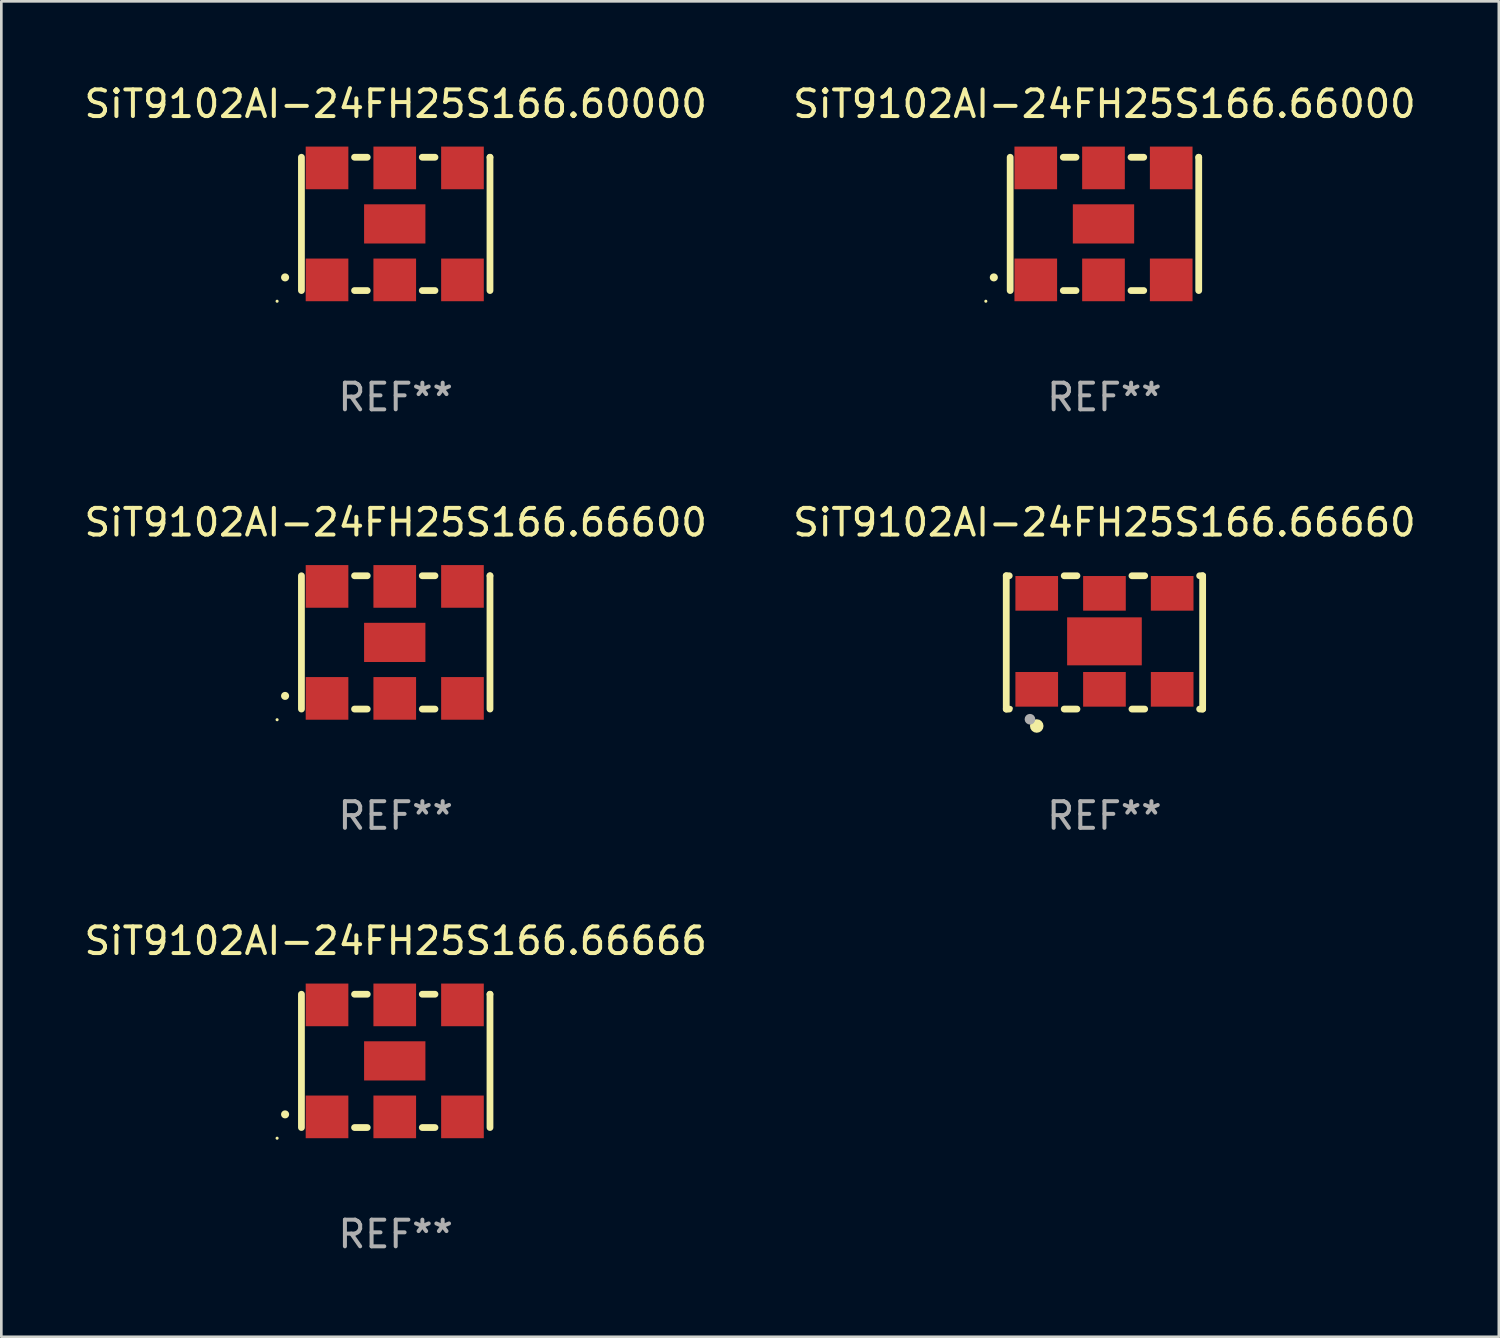
<source format=kicad_pcb>
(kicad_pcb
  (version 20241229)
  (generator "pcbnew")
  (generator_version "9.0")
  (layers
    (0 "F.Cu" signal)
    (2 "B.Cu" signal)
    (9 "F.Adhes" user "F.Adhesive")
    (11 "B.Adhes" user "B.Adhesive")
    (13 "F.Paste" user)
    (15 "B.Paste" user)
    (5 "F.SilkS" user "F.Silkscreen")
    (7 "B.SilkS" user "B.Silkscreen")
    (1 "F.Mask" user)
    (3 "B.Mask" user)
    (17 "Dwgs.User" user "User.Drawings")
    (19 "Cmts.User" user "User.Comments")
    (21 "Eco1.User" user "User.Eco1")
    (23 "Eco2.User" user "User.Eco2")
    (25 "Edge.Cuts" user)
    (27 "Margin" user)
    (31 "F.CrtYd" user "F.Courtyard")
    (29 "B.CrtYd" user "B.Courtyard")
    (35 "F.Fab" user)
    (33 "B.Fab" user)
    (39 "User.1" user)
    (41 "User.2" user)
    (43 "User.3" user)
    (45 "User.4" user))
  (footprint "SiT9102AI-24FH25S166.66000"
    (layer "F.Cu")
    (at 38.375 5.348)
    (property "Reference" "SiT9102AI-24FH25S166.66000" (at 0 -4.5 0) (layer "F.SilkS") (effects (font (size 1 1) (thickness 0.15))))
    (attr through_hole)
    (fp_line (start -3.536 -2.5) (end -3.536 2.5) (stroke (width 0.254) (type solid)) (layer "F.SilkS"))
    (fp_line (start -1.544 2.5) (end -1.067 2.5) (stroke (width 0.254) (type solid)) (layer "F.SilkS"))
    (fp_line (start -1.067 -2.5) (end -1.544 -2.5) (stroke (width 0.254) (type solid)) (layer "F.SilkS"))
    (fp_line (start 0.996 2.5) (end 1.473 2.5) (stroke (width 0.254) (type solid)) (layer "F.SilkS"))
    (fp_line (start 1.473 -2.5) (end 0.996 -2.5) (stroke (width 0.254) (type solid)) (layer "F.SilkS"))
    (fp_line (start 3.536 -2.5) (end 3.536 -2.5) (stroke (width 0.254) (type solid)) (layer "F.SilkS"))
    (fp_line (start 3.536 2.5) (end 3.536 -2.5) (stroke (width 0.254) (type solid)) (layer "F.SilkS"))
    (fp_arc (start -4.150432 2.006604) (mid -4.149162 2.006599) (end -4.147892 2.006604) (stroke (width 0.3) (type solid)) (layer "F.SilkS"))
    (fp_circle (center -4.449 2.9) (end -4.419 2.9) (stroke (width 0.06) (type solid)) (fill no) (layer "F.SilkS"))
    (fp_text user "REF**" (at 0 6.5 0) (layer "F.Fab") (effects (font (size 1 1) (thickness 0.15))))
    (pad "1" smd rect (at -2.576 2.1) (size 1.6 1.6) (layers "F.Cu" "F.Mask" "F.Paste"))
    (pad "2" smd rect (at -0.036 2.1) (size 1.6 1.6) (layers "F.Cu" "F.Mask" "F.Paste"))
    (pad "3" smd rect (at 2.504 2.1) (size 1.6 1.6) (layers "F.Cu" "F.Mask" "F.Paste"))
    (pad "4" smd rect (at 2.504 -2.1) (size 1.6 1.6) (layers "F.Cu" "F.Mask" "F.Paste"))
    (pad "5" smd rect (at -0.036 -2.1) (size 1.6 1.6) (layers "F.Cu" "F.Mask" "F.Paste"))
    (pad "6" smd rect (at -2.576 -2.1) (size 1.6 1.6) (layers "F.Cu" "F.Mask" "F.Paste"))
    (pad "7" smd rect (at -0.036 0) (size 2.3 1.47) (layers "F.Cu" "F.Mask" "F.Paste")))
  (footprint "SiT9102AI-24FH25S166.66666"
    (layer "F.Cu")
    (at 11.792 36.741)
    (property "Reference" "SiT9102AI-24FH25S166.66666" (at 0 -4.5 0) (layer "F.SilkS") (effects (font (size 1 1) (thickness 0.15))))
    (attr through_hole)
    (fp_line (start -3.536 -2.5) (end -3.536 2.5) (stroke (width 0.254) (type solid)) (layer "F.SilkS"))
    (fp_line (start -1.544 2.5) (end -1.067 2.5) (stroke (width 0.254) (type solid)) (layer "F.SilkS"))
    (fp_line (start -1.067 -2.5) (end -1.544 -2.5) (stroke (width 0.254) (type solid)) (layer "F.SilkS"))
    (fp_line (start 0.996 2.5) (end 1.473 2.5) (stroke (width 0.254) (type solid)) (layer "F.SilkS"))
    (fp_line (start 1.473 -2.5) (end 0.996 -2.5) (stroke (width 0.254) (type solid)) (layer "F.SilkS"))
    (fp_line (start 3.536 -2.5) (end 3.536 -2.5) (stroke (width 0.254) (type solid)) (layer "F.SilkS"))
    (fp_line (start 3.536 2.5) (end 3.536 -2.5) (stroke (width 0.254) (type solid)) (layer "F.SilkS"))
    (fp_arc (start -4.150432 2.006604) (mid -4.149162 2.006599) (end -4.147892 2.006604) (stroke (width 0.3) (type solid)) (layer "F.SilkS"))
    (fp_circle (center -4.449 2.9) (end -4.419 2.9) (stroke (width 0.06) (type solid)) (fill no) (layer "F.SilkS"))
    (fp_text user "REF**" (at 0 6.5 0) (layer "F.Fab") (effects (font (size 1 1) (thickness 0.15))))
    (pad "1" smd rect (at -2.576 2.1) (size 1.6 1.6) (layers "F.Cu" "F.Mask" "F.Paste"))
    (pad "2" smd rect (at -0.036 2.1) (size 1.6 1.6) (layers "F.Cu" "F.Mask" "F.Paste"))
    (pad "3" smd rect (at 2.504 2.1) (size 1.6 1.6) (layers "F.Cu" "F.Mask" "F.Paste"))
    (pad "4" smd rect (at 2.504 -2.1) (size 1.6 1.6) (layers "F.Cu" "F.Mask" "F.Paste"))
    (pad "5" smd rect (at -0.036 -2.1) (size 1.6 1.6) (layers "F.Cu" "F.Mask" "F.Paste"))
    (pad "6" smd rect (at -2.576 -2.1) (size 1.6 1.6) (layers "F.Cu" "F.Mask" "F.Paste"))
    (pad "7" smd rect (at -0.036 0) (size 2.3 1.47) (layers "F.Cu" "F.Mask" "F.Paste")))
  (footprint "SiT9102AI-24FH25S166.66660"
    (layer "F.Cu")
    (at 38.375 21.045)
    (property "Reference" "SiT9102AI-24FH25S166.66660" (at 0 -4.5 0) (layer "F.SilkS") (effects (font (size 1 1) (thickness 0.15))))
    (attr through_hole)
    (fp_line (start -3.683 -2.5) (end -3.571 -2.5) (stroke (width 0.254) (type solid)) (layer "F.SilkS"))
    (fp_line (start -3.683 2.5) (end -3.683 -2.5) (stroke (width 0.254) (type solid)) (layer "F.SilkS"))
    (fp_line (start -3.683 2.5) (end -3.571 2.5) (stroke (width 0.254) (type solid)) (layer "F.SilkS"))
    (fp_line (start -1.509 -2.5) (end -1.031 -2.5) (stroke (width 0.254) (type solid)) (layer "F.SilkS"))
    (fp_line (start -1.509 2.5) (end -1.031 2.5) (stroke (width 0.254) (type solid)) (layer "F.SilkS"))
    (fp_line (start 1.031 -2.5) (end 1.509 -2.5) (stroke (width 0.254) (type solid)) (layer "F.SilkS"))
    (fp_line (start 1.031 2.5) (end 1.509 2.5) (stroke (width 0.254) (type solid)) (layer "F.SilkS"))
    (fp_line (start 3.571 -2.5) (end 3.683 -2.5) (stroke (width 0.254) (type solid)) (layer "F.SilkS"))
    (fp_line (start 3.571 2.5) (end 3.683 2.5) (stroke (width 0.254) (type solid)) (layer "F.SilkS"))
    (fp_line (start 3.683 2.5) (end 3.683 -2.5) (stroke (width 0.254) (type solid)) (layer "F.SilkS"))
    (fp_circle (center -3.5 2.46) (end -3.47 2.46) (stroke (width 0.06) (type solid)) (fill no) (layer "F.SilkS"))
    (fp_circle (center -2.54 3.135) (end -2.413 3.135) (stroke (width 0.254) (type solid)) (fill no) (layer "F.SilkS"))
    (fp_circle (center -2.794 2.881) (end -2.694 2.881) (stroke (width 0.2) (type solid)) (fill no) (layer "F.Fab"))
    (fp_text user "REF**" (at 0 6.5 0) (layer "F.Fab") (effects (font (size 1 1) (thickness 0.15))))
    (pad "1" smd rect (at -2.54 1.76) (size 1.6 1.3) (layers "F.Cu" "F.Mask" "F.Paste"))
    (pad "2" smd rect (at 0 1.76) (size 1.6 1.3) (layers "F.Cu" "F.Mask" "F.Paste"))
    (pad "3" smd rect (at 2.54 1.76) (size 1.6 1.3) (layers "F.Cu" "F.Mask" "F.Paste"))
    (pad "4" smd rect (at 2.54 -1.84) (size 1.6 1.3) (layers "F.Cu" "F.Mask" "F.Paste"))
    (pad "5" smd rect (at 0 -1.84) (size 1.6 1.3) (layers "F.Cu" "F.Mask" "F.Paste"))
    (pad "6" smd rect (at -2.54 -1.84) (size 1.6 1.3) (layers "F.Cu" "F.Mask" "F.Paste"))
    (pad "7" smd rect (at 0 -0.04) (size 2.8 1.8) (layers "F.Cu" "F.Mask" "F.Paste")))
  (footprint "SiT9102AI-24FH25S166.66600"
    (layer "F.Cu")
    (at 11.792 21.045)
    (property "Reference" "SiT9102AI-24FH25S166.66600" (at 0 -4.5 0) (layer "F.SilkS") (effects (font (size 1 1) (thickness 0.15))))
    (attr through_hole)
    (fp_line (start -3.536 -2.5) (end -3.536 2.5) (stroke (width 0.254) (type solid)) (layer "F.SilkS"))
    (fp_line (start -1.544 2.5) (end -1.067 2.5) (stroke (width 0.254) (type solid)) (layer "F.SilkS"))
    (fp_line (start -1.067 -2.5) (end -1.544 -2.5) (stroke (width 0.254) (type solid)) (layer "F.SilkS"))
    (fp_line (start 0.996 2.5) (end 1.473 2.5) (stroke (width 0.254) (type solid)) (layer "F.SilkS"))
    (fp_line (start 1.473 -2.5) (end 0.996 -2.5) (stroke (width 0.254) (type solid)) (layer "F.SilkS"))
    (fp_line (start 3.536 -2.5) (end 3.536 -2.5) (stroke (width 0.254) (type solid)) (layer "F.SilkS"))
    (fp_line (start 3.536 2.5) (end 3.536 -2.5) (stroke (width 0.254) (type solid)) (layer "F.SilkS"))
    (fp_arc (start -4.150432 2.006604) (mid -4.149162 2.006599) (end -4.147892 2.006604) (stroke (width 0.3) (type solid)) (layer "F.SilkS"))
    (fp_circle (center -4.449 2.9) (end -4.419 2.9) (stroke (width 0.06) (type solid)) (fill no) (layer "F.SilkS"))
    (fp_text user "REF**" (at 0 6.5 0) (layer "F.Fab") (effects (font (size 1 1) (thickness 0.15))))
    (pad "1" smd rect (at -2.576 2.1) (size 1.6 1.6) (layers "F.Cu" "F.Mask" "F.Paste"))
    (pad "2" smd rect (at -0.036 2.1) (size 1.6 1.6) (layers "F.Cu" "F.Mask" "F.Paste"))
    (pad "3" smd rect (at 2.504 2.1) (size 1.6 1.6) (layers "F.Cu" "F.Mask" "F.Paste"))
    (pad "4" smd rect (at 2.504 -2.1) (size 1.6 1.6) (layers "F.Cu" "F.Mask" "F.Paste"))
    (pad "5" smd rect (at -0.036 -2.1) (size 1.6 1.6) (layers "F.Cu" "F.Mask" "F.Paste"))
    (pad "6" smd rect (at -2.576 -2.1) (size 1.6 1.6) (layers "F.Cu" "F.Mask" "F.Paste"))
    (pad "7" smd rect (at -0.036 0) (size 2.3 1.47) (layers "F.Cu" "F.Mask" "F.Paste")))
  (footprint "SiT9102AI-24FH25S166.60000"
    (layer "F.Cu")
    (at 11.792 5.348)
    (property "Reference" "SiT9102AI-24FH25S166.60000" (at 0 -4.5 0) (layer "F.SilkS") (effects (font (size 1 1) (thickness 0.15))))
    (attr through_hole)
    (fp_line (start -3.536 -2.5) (end -3.536 2.5) (stroke (width 0.254) (type solid)) (layer "F.SilkS"))
    (fp_line (start -1.544 2.5) (end -1.067 2.5) (stroke (width 0.254) (type solid)) (layer "F.SilkS"))
    (fp_line (start -1.067 -2.5) (end -1.544 -2.5) (stroke (width 0.254) (type solid)) (layer "F.SilkS"))
    (fp_line (start 0.996 2.5) (end 1.473 2.5) (stroke (width 0.254) (type solid)) (layer "F.SilkS"))
    (fp_line (start 1.473 -2.5) (end 0.996 -2.5) (stroke (width 0.254) (type solid)) (layer "F.SilkS"))
    (fp_line (start 3.536 -2.5) (end 3.536 -2.5) (stroke (width 0.254) (type solid)) (layer "F.SilkS"))
    (fp_line (start 3.536 2.5) (end 3.536 -2.5) (stroke (width 0.254) (type solid)) (layer "F.SilkS"))
    (fp_arc (start -4.150432 2.006604) (mid -4.149162 2.006599) (end -4.147892 2.006604) (stroke (width 0.3) (type solid)) (layer "F.SilkS"))
    (fp_circle (center -4.449 2.9) (end -4.419 2.9) (stroke (width 0.06) (type solid)) (fill no) (layer "F.SilkS"))
    (fp_text user "REF**" (at 0 6.5 0) (layer "F.Fab") (effects (font (size 1 1) (thickness 0.15))))
    (pad "1" smd rect (at -2.576 2.1) (size 1.6 1.6) (layers "F.Cu" "F.Mask" "F.Paste"))
    (pad "2" smd rect (at -0.036 2.1) (size 1.6 1.6) (layers "F.Cu" "F.Mask" "F.Paste"))
    (pad "3" smd rect (at 2.504 2.1) (size 1.6 1.6) (layers "F.Cu" "F.Mask" "F.Paste"))
    (pad "4" smd rect (at 2.504 -2.1) (size 1.6 1.6) (layers "F.Cu" "F.Mask" "F.Paste"))
    (pad "5" smd rect (at -0.036 -2.1) (size 1.6 1.6) (layers "F.Cu" "F.Mask" "F.Paste"))
    (pad "6" smd rect (at -2.576 -2.1) (size 1.6 1.6) (layers "F.Cu" "F.Mask" "F.Paste"))
    (pad "7" smd rect (at -0.036 0) (size 2.3 1.47) (layers "F.Cu" "F.Mask" "F.Paste")))
  (gr_rect
    (start -3 -3)
    (end 53.167 47.09)
    (stroke (width 0.1) (type default))
    (fill no)
    (layer "Edge.Cuts")))
</source>
